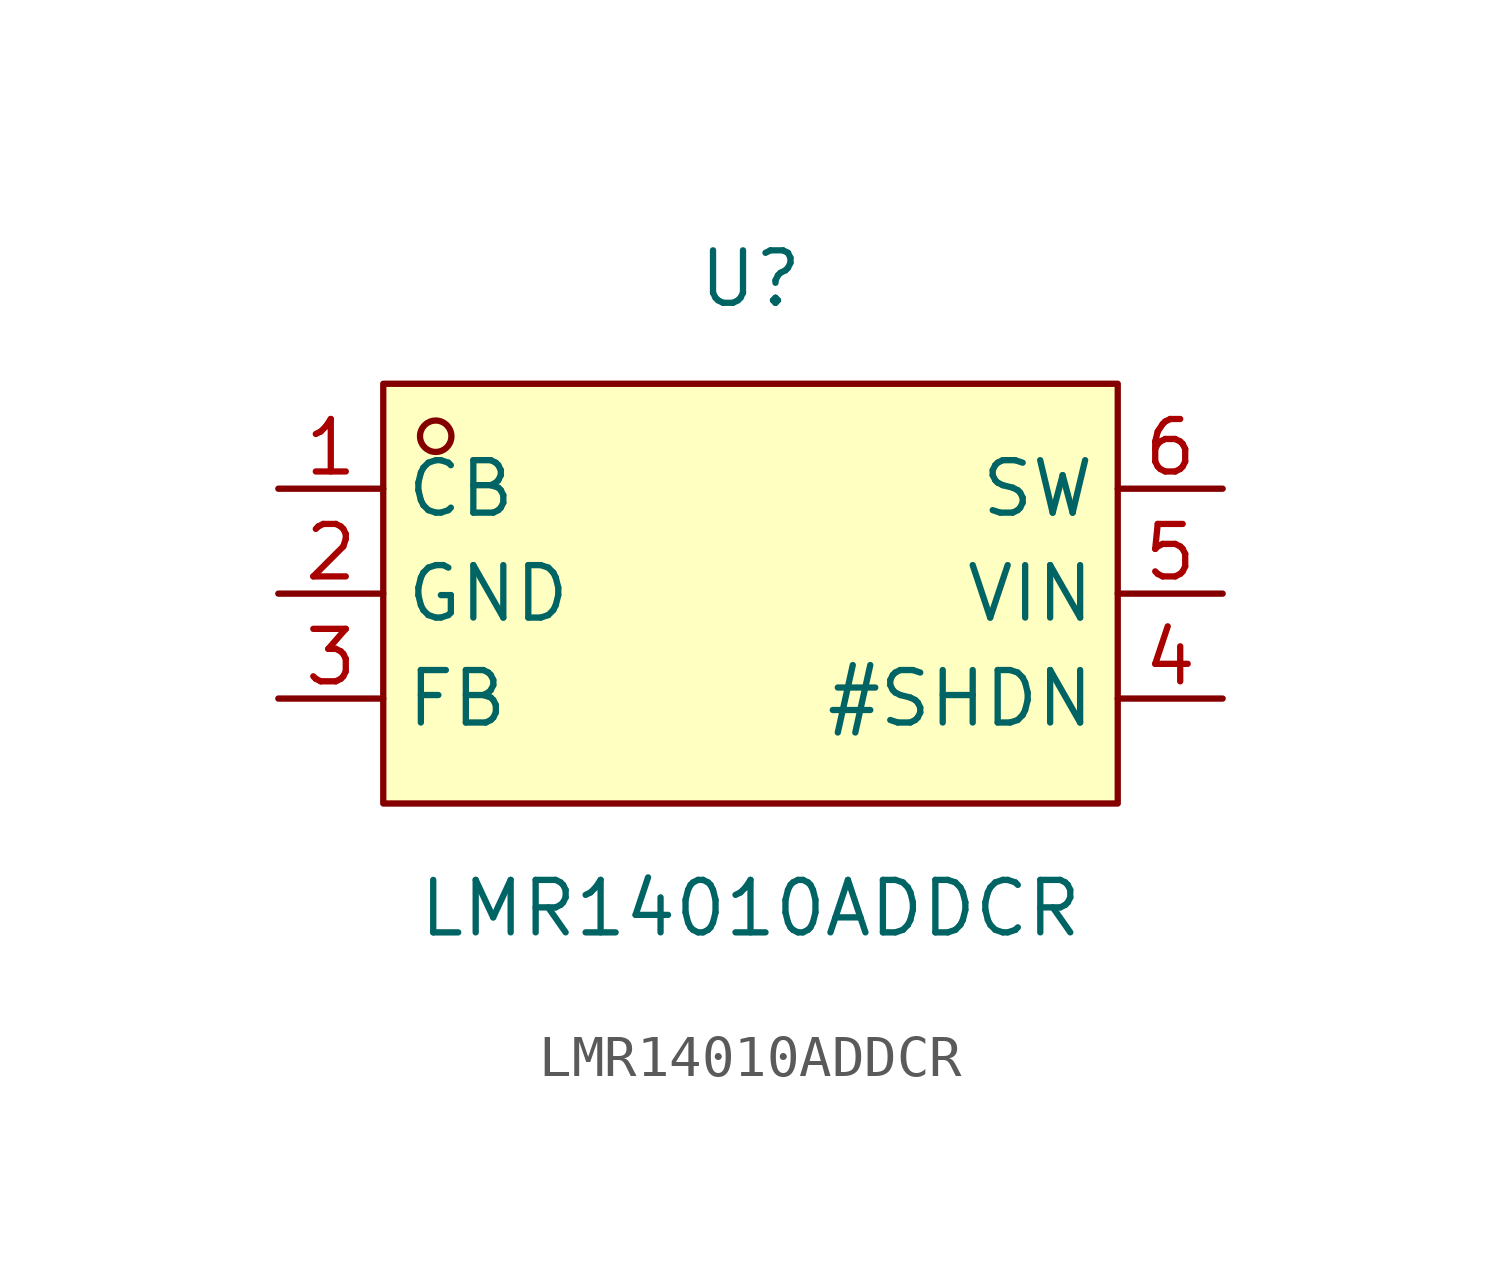
<source format=kicad_sym>
(kicad_symbol_lib
  (version 20211014)
  (generator https://github.com/uPesy/easyeda2kicad.py)
  (symbol "LMR14010ADDCR"
    (property "Reference" "U"
      (at 0 7.62 0)
      (effects (font (size 1.27 1.27))))
    (property "Value" "LMR14010ADDCR"
      (at 0 -7.62 0)
      (effects (font (size 1.27 1.27))))
    (symbol "LMR14010ADDCR_0_1"
      (rectangle (start -8.89 5.08) (end 8.89 -5.08) (stroke (width 0) (type default) (color 0 0 0 0)) (fill (type background)))
      (circle (center -7.62 3.81) (radius 0.38) (stroke (width 0) (type default) (color 0 0 0 0)) (fill (type none)))
      (pin unspecified line (at -11.43 2.54 0) (length 2.54) (name "CB" (effects (font (size 1.27 1.27)))) (number "1" (effects (font (size 1.27 1.27)))))
      (pin unspecified line (at -11.43 -0.00 0) (length 2.54) (name "GND" (effects (font (size 1.27 1.27)))) (number "2" (effects (font (size 1.27 1.27)))))
      (pin unspecified line (at -11.43 -2.54 0) (length 2.54) (name "FB" (effects (font (size 1.27 1.27)))) (number "3" (effects (font (size 1.27 1.27)))))
      (pin unspecified line (at 11.43 -2.54 180) (length 2.54) (name "#SHDN" (effects (font (size 1.27 1.27)))) (number "4" (effects (font (size 1.27 1.27)))))
      (pin unspecified line (at 11.43 -0.00 180) (length 2.54) (name "VIN" (effects (font (size 1.27 1.27)))) (number "5" (effects (font (size 1.27 1.27)))))
      (pin unspecified line (at 11.43 2.54 180) (length 2.54) (name "SW" (effects (font (size 1.27 1.27)))) (number "6" (effects (font (size 1.27 1.27))))))))
</source>
